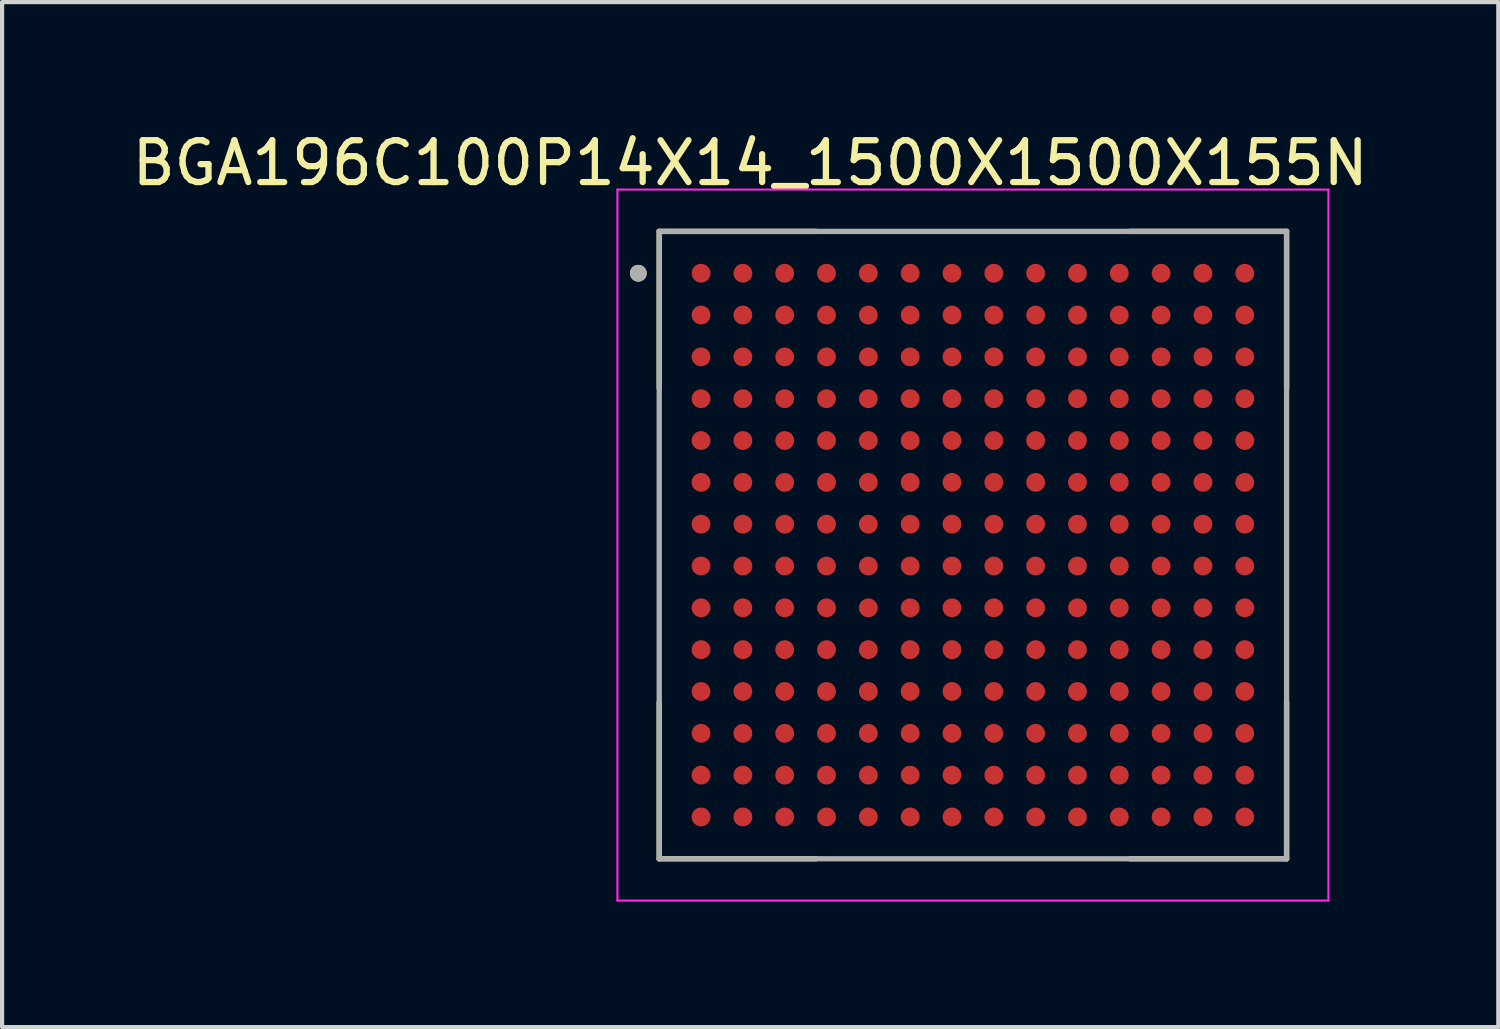
<source format=kicad_pcb>
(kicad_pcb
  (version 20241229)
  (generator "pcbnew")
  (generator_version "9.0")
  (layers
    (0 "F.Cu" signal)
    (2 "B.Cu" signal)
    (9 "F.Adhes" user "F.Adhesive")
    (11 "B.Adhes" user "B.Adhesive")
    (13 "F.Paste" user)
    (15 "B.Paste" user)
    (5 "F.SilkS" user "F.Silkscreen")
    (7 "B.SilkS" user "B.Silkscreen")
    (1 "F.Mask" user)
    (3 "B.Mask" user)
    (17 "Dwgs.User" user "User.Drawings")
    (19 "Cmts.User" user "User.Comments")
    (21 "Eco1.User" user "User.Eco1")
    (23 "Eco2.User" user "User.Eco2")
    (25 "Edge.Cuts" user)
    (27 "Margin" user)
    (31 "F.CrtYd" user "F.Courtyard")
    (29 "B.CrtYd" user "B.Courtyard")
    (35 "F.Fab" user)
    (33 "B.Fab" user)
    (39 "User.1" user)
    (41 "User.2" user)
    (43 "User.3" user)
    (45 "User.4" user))
  (footprint "BGA196C100P14X14_1500X1500X155N"
    (layer "F.Cu")
    (at 20.212 9.983)
    (property "Reference" "BGA196C100P14X14_1500X1500X155N" (at -5.325 -9.135 0) (layer "F.SilkS") (effects (font (size 1 1) (thickness 0.15))))
    (attr smd)
    (fp_line (start -7.5 -7.5) (end -7.5 -3.75) (stroke (width 0.127) (type solid)) (layer "F.SilkS"))
    (fp_line (start -7.5 -7.5) (end -3.75 -7.5) (stroke (width 0.127) (type solid)) (layer "F.SilkS"))
    (fp_line (start -7.5 7.5) (end -7.5 3.75) (stroke (width 0.127) (type solid)) (layer "F.SilkS"))
    (fp_line (start -7.5 7.5) (end -3.75 7.5) (stroke (width 0.127) (type solid)) (layer "F.SilkS"))
    (fp_line (start 7.5 -7.5) (end 3.75 -7.5) (stroke (width 0.127) (type solid)) (layer "F.SilkS"))
    (fp_line (start 7.5 -7.5) (end 7.5 -3.75) (stroke (width 0.127) (type solid)) (layer "F.SilkS"))
    (fp_line (start 7.5 7.5) (end 3.75 7.5) (stroke (width 0.127) (type solid)) (layer "F.SilkS"))
    (fp_line (start 7.5 7.5) (end 7.5 3.75) (stroke (width 0.127) (type solid)) (layer "F.SilkS"))
    (fp_circle (center -8 -6.5) (end -7.9 -6.5) (stroke (width 0.2) (type solid)) (fill no) (layer "F.SilkS"))
    (fp_line (start -8.5 -8.5) (end 8.5 -8.5) (stroke (width 0.05) (type solid)) (layer "F.CrtYd"))
    (fp_line (start -8.5 8.5) (end -8.5 -8.5) (stroke (width 0.05) (type solid)) (layer "F.CrtYd"))
    (fp_line (start -8.5 8.5) (end 8.5 8.5) (stroke (width 0.05) (type solid)) (layer "F.CrtYd"))
    (fp_line (start 8.5 8.5) (end 8.5 -8.5) (stroke (width 0.05) (type solid)) (layer "F.CrtYd"))
    (fp_line (start -7.5 7.5) (end -7.5 -7.5) (stroke (width 0.127) (type solid)) (layer "F.Fab"))
    (fp_line (start 7.5 -7.5) (end -7.5 -7.5) (stroke (width 0.127) (type solid)) (layer "F.Fab"))
    (fp_line (start 7.5 7.5) (end -7.5 7.5) (stroke (width 0.127) (type solid)) (layer "F.Fab"))
    (fp_line (start 7.5 7.5) (end 7.5 -7.5) (stroke (width 0.127) (type solid)) (layer "F.Fab"))
    (fp_circle (center -8 -6.5) (end -7.9 -6.5) (stroke (width 0.2) (type solid)) (fill no) (layer "F.Fab"))
    (pad "A1" smd circle (at -6.5 -6.5) (size 0.45 0.45) (layers "F.Cu" "F.Mask" "F.Paste"))
    (pad "A2" smd circle (at -5.5 -6.5) (size 0.45 0.45) (layers "F.Cu" "F.Mask" "F.Paste"))
    (pad "A3" smd circle (at -4.5 -6.5) (size 0.45 0.45) (layers "F.Cu" "F.Mask" "F.Paste"))
    (pad "A4" smd circle (at -3.5 -6.5) (size 0.45 0.45) (layers "F.Cu" "F.Mask" "F.Paste"))
    (pad "A5" smd circle (at -2.5 -6.5) (size 0.45 0.45) (layers "F.Cu" "F.Mask" "F.Paste"))
    (pad "A6" smd circle (at -1.5 -6.5) (size 0.45 0.45) (layers "F.Cu" "F.Mask" "F.Paste"))
    (pad "A7" smd circle (at -0.5 -6.5) (size 0.45 0.45) (layers "F.Cu" "F.Mask" "F.Paste"))
    (pad "A8" smd circle (at 0.5 -6.5) (size 0.45 0.45) (layers "F.Cu" "F.Mask" "F.Paste"))
    (pad "A9" smd circle (at 1.5 -6.5) (size 0.45 0.45) (layers "F.Cu" "F.Mask" "F.Paste"))
    (pad "A10" smd circle (at 2.5 -6.5) (size 0.45 0.45) (layers "F.Cu" "F.Mask" "F.Paste"))
    (pad "A11" smd circle (at 3.5 -6.5) (size 0.45 0.45) (layers "F.Cu" "F.Mask" "F.Paste"))
    (pad "A12" smd circle (at 4.5 -6.5) (size 0.45 0.45) (layers "F.Cu" "F.Mask" "F.Paste"))
    (pad "A13" smd circle (at 5.5 -6.5) (size 0.45 0.45) (layers "F.Cu" "F.Mask" "F.Paste"))
    (pad "A14" smd circle (at 6.5 -6.5) (size 0.45 0.45) (layers "F.Cu" "F.Mask" "F.Paste"))
    (pad "B1" smd circle (at -6.5 -5.5) (size 0.45 0.45) (layers "F.Cu" "F.Mask" "F.Paste"))
    (pad "B2" smd circle (at -5.5 -5.5) (size 0.45 0.45) (layers "F.Cu" "F.Mask" "F.Paste"))
    (pad "B3" smd circle (at -4.5 -5.5) (size 0.45 0.45) (layers "F.Cu" "F.Mask" "F.Paste"))
    (pad "B4" smd circle (at -3.5 -5.5) (size 0.45 0.45) (layers "F.Cu" "F.Mask" "F.Paste"))
    (pad "B5" smd circle (at -2.5 -5.5) (size 0.45 0.45) (layers "F.Cu" "F.Mask" "F.Paste"))
    (pad "B6" smd circle (at -1.5 -5.5) (size 0.45 0.45) (layers "F.Cu" "F.Mask" "F.Paste"))
    (pad "B7" smd circle (at -0.5 -5.5) (size 0.45 0.45) (layers "F.Cu" "F.Mask" "F.Paste"))
    (pad "B8" smd circle (at 0.5 -5.5) (size 0.45 0.45) (layers "F.Cu" "F.Mask" "F.Paste"))
    (pad "B9" smd circle (at 1.5 -5.5) (size 0.45 0.45) (layers "F.Cu" "F.Mask" "F.Paste"))
    (pad "B10" smd circle (at 2.5 -5.5) (size 0.45 0.45) (layers "F.Cu" "F.Mask" "F.Paste"))
    (pad "B11" smd circle (at 3.5 -5.5) (size 0.45 0.45) (layers "F.Cu" "F.Mask" "F.Paste"))
    (pad "B12" smd circle (at 4.5 -5.5) (size 0.45 0.45) (layers "F.Cu" "F.Mask" "F.Paste"))
    (pad "B13" smd circle (at 5.5 -5.5) (size 0.45 0.45) (layers "F.Cu" "F.Mask" "F.Paste"))
    (pad "B14" smd circle (at 6.5 -5.5) (size 0.45 0.45) (layers "F.Cu" "F.Mask" "F.Paste"))
    (pad "C1" smd circle (at -6.5 -4.5) (size 0.45 0.45) (layers "F.Cu" "F.Mask" "F.Paste"))
    (pad "C2" smd circle (at -5.5 -4.5) (size 0.45 0.45) (layers "F.Cu" "F.Mask" "F.Paste"))
    (pad "C3" smd circle (at -4.5 -4.5) (size 0.45 0.45) (layers "F.Cu" "F.Mask" "F.Paste"))
    (pad "C4" smd circle (at -3.5 -4.5) (size 0.45 0.45) (layers "F.Cu" "F.Mask" "F.Paste"))
    (pad "C5" smd circle (at -2.5 -4.5) (size 0.45 0.45) (layers "F.Cu" "F.Mask" "F.Paste"))
    (pad "C6" smd circle (at -1.5 -4.5) (size 0.45 0.45) (layers "F.Cu" "F.Mask" "F.Paste"))
    (pad "C7" smd circle (at -0.5 -4.5) (size 0.45 0.45) (layers "F.Cu" "F.Mask" "F.Paste"))
    (pad "C8" smd circle (at 0.5 -4.5) (size 0.45 0.45) (layers "F.Cu" "F.Mask" "F.Paste"))
    (pad "C9" smd circle (at 1.5 -4.5) (size 0.45 0.45) (layers "F.Cu" "F.Mask" "F.Paste"))
    (pad "C10" smd circle (at 2.5 -4.5) (size 0.45 0.45) (layers "F.Cu" "F.Mask" "F.Paste"))
    (pad "C11" smd circle (at 3.5 -4.5) (size 0.45 0.45) (layers "F.Cu" "F.Mask" "F.Paste"))
    (pad "C12" smd circle (at 4.5 -4.5) (size 0.45 0.45) (layers "F.Cu" "F.Mask" "F.Paste"))
    (pad "C13" smd circle (at 5.5 -4.5) (size 0.45 0.45) (layers "F.Cu" "F.Mask" "F.Paste"))
    (pad "C14" smd circle (at 6.5 -4.5) (size 0.45 0.45) (layers "F.Cu" "F.Mask" "F.Paste"))
    (pad "D1" smd circle (at -6.5 -3.5) (size 0.45 0.45) (layers "F.Cu" "F.Mask" "F.Paste"))
    (pad "D2" smd circle (at -5.5 -3.5) (size 0.45 0.45) (layers "F.Cu" "F.Mask" "F.Paste"))
    (pad "D3" smd circle (at -4.5 -3.5) (size 0.45 0.45) (layers "F.Cu" "F.Mask" "F.Paste"))
    (pad "D4" smd circle (at -3.5 -3.5) (size 0.45 0.45) (layers "F.Cu" "F.Mask" "F.Paste"))
    (pad "D5" smd circle (at -2.5 -3.5) (size 0.45 0.45) (layers "F.Cu" "F.Mask" "F.Paste"))
    (pad "D6" smd circle (at -1.5 -3.5) (size 0.45 0.45) (layers "F.Cu" "F.Mask" "F.Paste"))
    (pad "D7" smd circle (at -0.5 -3.5) (size 0.45 0.45) (layers "F.Cu" "F.Mask" "F.Paste"))
    (pad "D8" smd circle (at 0.5 -3.5) (size 0.45 0.45) (layers "F.Cu" "F.Mask" "F.Paste"))
    (pad "D9" smd circle (at 1.5 -3.5) (size 0.45 0.45) (layers "F.Cu" "F.Mask" "F.Paste"))
    (pad "D10" smd circle (at 2.5 -3.5) (size 0.45 0.45) (layers "F.Cu" "F.Mask" "F.Paste"))
    (pad "D11" smd circle (at 3.5 -3.5) (size 0.45 0.45) (layers "F.Cu" "F.Mask" "F.Paste"))
    (pad "D12" smd circle (at 4.5 -3.5) (size 0.45 0.45) (layers "F.Cu" "F.Mask" "F.Paste"))
    (pad "D13" smd circle (at 5.5 -3.5) (size 0.45 0.45) (layers "F.Cu" "F.Mask" "F.Paste"))
    (pad "D14" smd circle (at 6.5 -3.5) (size 0.45 0.45) (layers "F.Cu" "F.Mask" "F.Paste"))
    (pad "E1" smd circle (at -6.5 -2.5) (size 0.45 0.45) (layers "F.Cu" "F.Mask" "F.Paste"))
    (pad "E2" smd circle (at -5.5 -2.5) (size 0.45 0.45) (layers "F.Cu" "F.Mask" "F.Paste"))
    (pad "E3" smd circle (at -4.5 -2.5) (size 0.45 0.45) (layers "F.Cu" "F.Mask" "F.Paste"))
    (pad "E4" smd circle (at -3.5 -2.5) (size 0.45 0.45) (layers "F.Cu" "F.Mask" "F.Paste"))
    (pad "E5" smd circle (at -2.5 -2.5) (size 0.45 0.45) (layers "F.Cu" "F.Mask" "F.Paste"))
    (pad "E6" smd circle (at -1.5 -2.5) (size 0.45 0.45) (layers "F.Cu" "F.Mask" "F.Paste"))
    (pad "E7" smd circle (at -0.5 -2.5) (size 0.45 0.45) (layers "F.Cu" "F.Mask" "F.Paste"))
    (pad "E8" smd circle (at 0.5 -2.5) (size 0.45 0.45) (layers "F.Cu" "F.Mask" "F.Paste"))
    (pad "E9" smd circle (at 1.5 -2.5) (size 0.45 0.45) (layers "F.Cu" "F.Mask" "F.Paste"))
    (pad "E10" smd circle (at 2.5 -2.5) (size 0.45 0.45) (layers "F.Cu" "F.Mask" "F.Paste"))
    (pad "E11" smd circle (at 3.5 -2.5) (size 0.45 0.45) (layers "F.Cu" "F.Mask" "F.Paste"))
    (pad "E12" smd circle (at 4.5 -2.5) (size 0.45 0.45) (layers "F.Cu" "F.Mask" "F.Paste"))
    (pad "E13" smd circle (at 5.5 -2.5) (size 0.45 0.45) (layers "F.Cu" "F.Mask" "F.Paste"))
    (pad "E14" smd circle (at 6.5 -2.5) (size 0.45 0.45) (layers "F.Cu" "F.Mask" "F.Paste"))
    (pad "F1" smd circle (at -6.5 -1.5) (size 0.45 0.45) (layers "F.Cu" "F.Mask" "F.Paste"))
    (pad "F2" smd circle (at -5.5 -1.5) (size 0.45 0.45) (layers "F.Cu" "F.Mask" "F.Paste"))
    (pad "F3" smd circle (at -4.5 -1.5) (size 0.45 0.45) (layers "F.Cu" "F.Mask" "F.Paste"))
    (pad "F4" smd circle (at -3.5 -1.5) (size 0.45 0.45) (layers "F.Cu" "F.Mask" "F.Paste"))
    (pad "F5" smd circle (at -2.5 -1.5) (size 0.45 0.45) (layers "F.Cu" "F.Mask" "F.Paste"))
    (pad "F6" smd circle (at -1.5 -1.5) (size 0.45 0.45) (layers "F.Cu" "F.Mask" "F.Paste"))
    (pad "F7" smd circle (at -0.5 -1.5) (size 0.45 0.45) (layers "F.Cu" "F.Mask" "F.Paste"))
    (pad "F8" smd circle (at 0.5 -1.5) (size 0.45 0.45) (layers "F.Cu" "F.Mask" "F.Paste"))
    (pad "F9" smd circle (at 1.5 -1.5) (size 0.45 0.45) (layers "F.Cu" "F.Mask" "F.Paste"))
    (pad "F10" smd circle (at 2.5 -1.5) (size 0.45 0.45) (layers "F.Cu" "F.Mask" "F.Paste"))
    (pad "F11" smd circle (at 3.5 -1.5) (size 0.45 0.45) (layers "F.Cu" "F.Mask" "F.Paste"))
    (pad "F12" smd circle (at 4.5 -1.5) (size 0.45 0.45) (layers "F.Cu" "F.Mask" "F.Paste"))
    (pad "F13" smd circle (at 5.5 -1.5) (size 0.45 0.45) (layers "F.Cu" "F.Mask" "F.Paste"))
    (pad "F14" smd circle (at 6.5 -1.5) (size 0.45 0.45) (layers "F.Cu" "F.Mask" "F.Paste"))
    (pad "G1" smd circle (at -6.5 -0.5) (size 0.45 0.45) (layers "F.Cu" "F.Mask" "F.Paste"))
    (pad "G2" smd circle (at -5.5 -0.5) (size 0.45 0.45) (layers "F.Cu" "F.Mask" "F.Paste"))
    (pad "G3" smd circle (at -4.5 -0.5) (size 0.45 0.45) (layers "F.Cu" "F.Mask" "F.Paste"))
    (pad "G4" smd circle (at -3.5 -0.5) (size 0.45 0.45) (layers "F.Cu" "F.Mask" "F.Paste"))
    (pad "G5" smd circle (at -2.5 -0.5) (size 0.45 0.45) (layers "F.Cu" "F.Mask" "F.Paste"))
    (pad "G6" smd circle (at -1.5 -0.5) (size 0.45 0.45) (layers "F.Cu" "F.Mask" "F.Paste"))
    (pad "G7" smd circle (at -0.5 -0.5) (size 0.45 0.45) (layers "F.Cu" "F.Mask" "F.Paste"))
    (pad "G8" smd circle (at 0.5 -0.5) (size 0.45 0.45) (layers "F.Cu" "F.Mask" "F.Paste"))
    (pad "G9" smd circle (at 1.5 -0.5) (size 0.45 0.45) (layers "F.Cu" "F.Mask" "F.Paste"))
    (pad "G10" smd circle (at 2.5 -0.5) (size 0.45 0.45) (layers "F.Cu" "F.Mask" "F.Paste"))
    (pad "G11" smd circle (at 3.5 -0.5) (size 0.45 0.45) (layers "F.Cu" "F.Mask" "F.Paste"))
    (pad "G12" smd circle (at 4.5 -0.5) (size 0.45 0.45) (layers "F.Cu" "F.Mask" "F.Paste"))
    (pad "G13" smd circle (at 5.5 -0.5) (size 0.45 0.45) (layers "F.Cu" "F.Mask" "F.Paste"))
    (pad "G14" smd circle (at 6.5 -0.5) (size 0.45 0.45) (layers "F.Cu" "F.Mask" "F.Paste"))
    (pad "H1" smd circle (at -6.5 0.5) (size 0.45 0.45) (layers "F.Cu" "F.Mask" "F.Paste"))
    (pad "H2" smd circle (at -5.5 0.5) (size 0.45 0.45) (layers "F.Cu" "F.Mask" "F.Paste"))
    (pad "H3" smd circle (at -4.5 0.5) (size 0.45 0.45) (layers "F.Cu" "F.Mask" "F.Paste"))
    (pad "H4" smd circle (at -3.5 0.5) (size 0.45 0.45) (layers "F.Cu" "F.Mask" "F.Paste"))
    (pad "H5" smd circle (at -2.5 0.5) (size 0.45 0.45) (layers "F.Cu" "F.Mask" "F.Paste"))
    (pad "H6" smd circle (at -1.5 0.5) (size 0.45 0.45) (layers "F.Cu" "F.Mask" "F.Paste"))
    (pad "H7" smd circle (at -0.5 0.5) (size 0.45 0.45) (layers "F.Cu" "F.Mask" "F.Paste"))
    (pad "H8" smd circle (at 0.5 0.5) (size 0.45 0.45) (layers "F.Cu" "F.Mask" "F.Paste"))
    (pad "H9" smd circle (at 1.5 0.5) (size 0.45 0.45) (layers "F.Cu" "F.Mask" "F.Paste"))
    (pad "H10" smd circle (at 2.5 0.5) (size 0.45 0.45) (layers "F.Cu" "F.Mask" "F.Paste"))
    (pad "H11" smd circle (at 3.5 0.5) (size 0.45 0.45) (layers "F.Cu" "F.Mask" "F.Paste"))
    (pad "H12" smd circle (at 4.5 0.5) (size 0.45 0.45) (layers "F.Cu" "F.Mask" "F.Paste"))
    (pad "H13" smd circle (at 5.5 0.5) (size 0.45 0.45) (layers "F.Cu" "F.Mask" "F.Paste"))
    (pad "H14" smd circle (at 6.5 0.5) (size 0.45 0.45) (layers "F.Cu" "F.Mask" "F.Paste"))
    (pad "J1" smd circle (at -6.5 1.5) (size 0.45 0.45) (layers "F.Cu" "F.Mask" "F.Paste"))
    (pad "J2" smd circle (at -5.5 1.5) (size 0.45 0.45) (layers "F.Cu" "F.Mask" "F.Paste"))
    (pad "J3" smd circle (at -4.5 1.5) (size 0.45 0.45) (layers "F.Cu" "F.Mask" "F.Paste"))
    (pad "J4" smd circle (at -3.5 1.5) (size 0.45 0.45) (layers "F.Cu" "F.Mask" "F.Paste"))
    (pad "J5" smd circle (at -2.5 1.5) (size 0.45 0.45) (layers "F.Cu" "F.Mask" "F.Paste"))
    (pad "J6" smd circle (at -1.5 1.5) (size 0.45 0.45) (layers "F.Cu" "F.Mask" "F.Paste"))
    (pad "J7" smd circle (at -0.5 1.5) (size 0.45 0.45) (layers "F.Cu" "F.Mask" "F.Paste"))
    (pad "J8" smd circle (at 0.5 1.5) (size 0.45 0.45) (layers "F.Cu" "F.Mask" "F.Paste"))
    (pad "J9" smd circle (at 1.5 1.5) (size 0.45 0.45) (layers "F.Cu" "F.Mask" "F.Paste"))
    (pad "J10" smd circle (at 2.5 1.5) (size 0.45 0.45) (layers "F.Cu" "F.Mask" "F.Paste"))
    (pad "J11" smd circle (at 3.5 1.5) (size 0.45 0.45) (layers "F.Cu" "F.Mask" "F.Paste"))
    (pad "J12" smd circle (at 4.5 1.5) (size 0.45 0.45) (layers "F.Cu" "F.Mask" "F.Paste"))
    (pad "J13" smd circle (at 5.5 1.5) (size 0.45 0.45) (layers "F.Cu" "F.Mask" "F.Paste"))
    (pad "J14" smd circle (at 6.5 1.5) (size 0.45 0.45) (layers "F.Cu" "F.Mask" "F.Paste"))
    (pad "K1" smd circle (at -6.5 2.5) (size 0.45 0.45) (layers "F.Cu" "F.Mask" "F.Paste"))
    (pad "K2" smd circle (at -5.5 2.5) (size 0.45 0.45) (layers "F.Cu" "F.Mask" "F.Paste"))
    (pad "K3" smd circle (at -4.5 2.5) (size 0.45 0.45) (layers "F.Cu" "F.Mask" "F.Paste"))
    (pad "K4" smd circle (at -3.5 2.5) (size 0.45 0.45) (layers "F.Cu" "F.Mask" "F.Paste"))
    (pad "K5" smd circle (at -2.5 2.5) (size 0.45 0.45) (layers "F.Cu" "F.Mask" "F.Paste"))
    (pad "K6" smd circle (at -1.5 2.5) (size 0.45 0.45) (layers "F.Cu" "F.Mask" "F.Paste"))
    (pad "K7" smd circle (at -0.5 2.5) (size 0.45 0.45) (layers "F.Cu" "F.Mask" "F.Paste"))
    (pad "K8" smd circle (at 0.5 2.5) (size 0.45 0.45) (layers "F.Cu" "F.Mask" "F.Paste"))
    (pad "K9" smd circle (at 1.5 2.5) (size 0.45 0.45) (layers "F.Cu" "F.Mask" "F.Paste"))
    (pad "K10" smd circle (at 2.5 2.5) (size 0.45 0.45) (layers "F.Cu" "F.Mask" "F.Paste"))
    (pad "K11" smd circle (at 3.5 2.5) (size 0.45 0.45) (layers "F.Cu" "F.Mask" "F.Paste"))
    (pad "K12" smd circle (at 4.5 2.5) (size 0.45 0.45) (layers "F.Cu" "F.Mask" "F.Paste"))
    (pad "K13" smd circle (at 5.5 2.5) (size 0.45 0.45) (layers "F.Cu" "F.Mask" "F.Paste"))
    (pad "K14" smd circle (at 6.5 2.5) (size 0.45 0.45) (layers "F.Cu" "F.Mask" "F.Paste"))
    (pad "L1" smd circle (at -6.5 3.5) (size 0.45 0.45) (layers "F.Cu" "F.Mask" "F.Paste"))
    (pad "L2" smd circle (at -5.5 3.5) (size 0.45 0.45) (layers "F.Cu" "F.Mask" "F.Paste"))
    (pad "L3" smd circle (at -4.5 3.5) (size 0.45 0.45) (layers "F.Cu" "F.Mask" "F.Paste"))
    (pad "L4" smd circle (at -3.5 3.5) (size 0.45 0.45) (layers "F.Cu" "F.Mask" "F.Paste"))
    (pad "L5" smd circle (at -2.5 3.5) (size 0.45 0.45) (layers "F.Cu" "F.Mask" "F.Paste"))
    (pad "L6" smd circle (at -1.5 3.5) (size 0.45 0.45) (layers "F.Cu" "F.Mask" "F.Paste"))
    (pad "L7" smd circle (at -0.5 3.5) (size 0.45 0.45) (layers "F.Cu" "F.Mask" "F.Paste"))
    (pad "L8" smd circle (at 0.5 3.5) (size 0.45 0.45) (layers "F.Cu" "F.Mask" "F.Paste"))
    (pad "L9" smd circle (at 1.5 3.5) (size 0.45 0.45) (layers "F.Cu" "F.Mask" "F.Paste"))
    (pad "L10" smd circle (at 2.5 3.5) (size 0.45 0.45) (layers "F.Cu" "F.Mask" "F.Paste"))
    (pad "L11" smd circle (at 3.5 3.5) (size 0.45 0.45) (layers "F.Cu" "F.Mask" "F.Paste"))
    (pad "L12" smd circle (at 4.5 3.5) (size 0.45 0.45) (layers "F.Cu" "F.Mask" "F.Paste"))
    (pad "L13" smd circle (at 5.5 3.5) (size 0.45 0.45) (layers "F.Cu" "F.Mask" "F.Paste"))
    (pad "L14" smd circle (at 6.5 3.5) (size 0.45 0.45) (layers "F.Cu" "F.Mask" "F.Paste"))
    (pad "M1" smd circle (at -6.5 4.5) (size 0.45 0.45) (layers "F.Cu" "F.Mask" "F.Paste"))
    (pad "M2" smd circle (at -5.5 4.5) (size 0.45 0.45) (layers "F.Cu" "F.Mask" "F.Paste"))
    (pad "M3" smd circle (at -4.5 4.5) (size 0.45 0.45) (layers "F.Cu" "F.Mask" "F.Paste"))
    (pad "M4" smd circle (at -3.5 4.5) (size 0.45 0.45) (layers "F.Cu" "F.Mask" "F.Paste"))
    (pad "M5" smd circle (at -2.5 4.5) (size 0.45 0.45) (layers "F.Cu" "F.Mask" "F.Paste"))
    (pad "M6" smd circle (at -1.5 4.5) (size 0.45 0.45) (layers "F.Cu" "F.Mask" "F.Paste"))
    (pad "M7" smd circle (at -0.5 4.5) (size 0.45 0.45) (layers "F.Cu" "F.Mask" "F.Paste"))
    (pad "M8" smd circle (at 0.5 4.5) (size 0.45 0.45) (layers "F.Cu" "F.Mask" "F.Paste"))
    (pad "M9" smd circle (at 1.5 4.5) (size 0.45 0.45) (layers "F.Cu" "F.Mask" "F.Paste"))
    (pad "M10" smd circle (at 2.5 4.5) (size 0.45 0.45) (layers "F.Cu" "F.Mask" "F.Paste"))
    (pad "M11" smd circle (at 3.5 4.5) (size 0.45 0.45) (layers "F.Cu" "F.Mask" "F.Paste"))
    (pad "M12" smd circle (at 4.5 4.5) (size 0.45 0.45) (layers "F.Cu" "F.Mask" "F.Paste"))
    (pad "M13" smd circle (at 5.5 4.5) (size 0.45 0.45) (layers "F.Cu" "F.Mask" "F.Paste"))
    (pad "M14" smd circle (at 6.5 4.5) (size 0.45 0.45) (layers "F.Cu" "F.Mask" "F.Paste"))
    (pad "N1" smd circle (at -6.5 5.5) (size 0.45 0.45) (layers "F.Cu" "F.Mask" "F.Paste"))
    (pad "N2" smd circle (at -5.5 5.5) (size 0.45 0.45) (layers "F.Cu" "F.Mask" "F.Paste"))
    (pad "N3" smd circle (at -4.5 5.5) (size 0.45 0.45) (layers "F.Cu" "F.Mask" "F.Paste"))
    (pad "N4" smd circle (at -3.5 5.5) (size 0.45 0.45) (layers "F.Cu" "F.Mask" "F.Paste"))
    (pad "N5" smd circle (at -2.5 5.5) (size 0.45 0.45) (layers "F.Cu" "F.Mask" "F.Paste"))
    (pad "N6" smd circle (at -1.5 5.5) (size 0.45 0.45) (layers "F.Cu" "F.Mask" "F.Paste"))
    (pad "N7" smd circle (at -0.5 5.5) (size 0.45 0.45) (layers "F.Cu" "F.Mask" "F.Paste"))
    (pad "N8" smd circle (at 0.5 5.5) (size 0.45 0.45) (layers "F.Cu" "F.Mask" "F.Paste"))
    (pad "N9" smd circle (at 1.5 5.5) (size 0.45 0.45) (layers "F.Cu" "F.Mask" "F.Paste"))
    (pad "N10" smd circle (at 2.5 5.5) (size 0.45 0.45) (layers "F.Cu" "F.Mask" "F.Paste"))
    (pad "N11" smd circle (at 3.5 5.5) (size 0.45 0.45) (layers "F.Cu" "F.Mask" "F.Paste"))
    (pad "N12" smd circle (at 4.5 5.5) (size 0.45 0.45) (layers "F.Cu" "F.Mask" "F.Paste"))
    (pad "N13" smd circle (at 5.5 5.5) (size 0.45 0.45) (layers "F.Cu" "F.Mask" "F.Paste"))
    (pad "N14" smd circle (at 6.5 5.5) (size 0.45 0.45) (layers "F.Cu" "F.Mask" "F.Paste"))
    (pad "P1" smd circle (at -6.5 6.5) (size 0.45 0.45) (layers "F.Cu" "F.Mask" "F.Paste"))
    (pad "P2" smd circle (at -5.5 6.5) (size 0.45 0.45) (layers "F.Cu" "F.Mask" "F.Paste"))
    (pad "P3" smd circle (at -4.5 6.5) (size 0.45 0.45) (layers "F.Cu" "F.Mask" "F.Paste"))
    (pad "P4" smd circle (at -3.5 6.5) (size 0.45 0.45) (layers "F.Cu" "F.Mask" "F.Paste"))
    (pad "P5" smd circle (at -2.5 6.5) (size 0.45 0.45) (layers "F.Cu" "F.Mask" "F.Paste"))
    (pad "P6" smd circle (at -1.5 6.5) (size 0.45 0.45) (layers "F.Cu" "F.Mask" "F.Paste"))
    (pad "P7" smd circle (at -0.5 6.5) (size 0.45 0.45) (layers "F.Cu" "F.Mask" "F.Paste"))
    (pad "P8" smd circle (at 0.5 6.5) (size 0.45 0.45) (layers "F.Cu" "F.Mask" "F.Paste"))
    (pad "P9" smd circle (at 1.5 6.5) (size 0.45 0.45) (layers "F.Cu" "F.Mask" "F.Paste"))
    (pad "P10" smd circle (at 2.5 6.5) (size 0.45 0.45) (layers "F.Cu" "F.Mask" "F.Paste"))
    (pad "P11" smd circle (at 3.5 6.5) (size 0.45 0.45) (layers "F.Cu" "F.Mask" "F.Paste"))
    (pad "P12" smd circle (at 4.5 6.5) (size 0.45 0.45) (layers "F.Cu" "F.Mask" "F.Paste"))
    (pad "P13" smd circle (at 5.5 6.5) (size 0.45 0.45) (layers "F.Cu" "F.Mask" "F.Paste"))
    (pad "P14" smd circle (at 6.5 6.5) (size 0.45 0.45) (layers "F.Cu" "F.Mask" "F.Paste")))
  (gr_rect
    (start -3 -3)
    (end 32.774 21.508)
    (stroke (width 0.1) (type default))
    (fill no)
    (layer "Edge.Cuts")))
</source>
